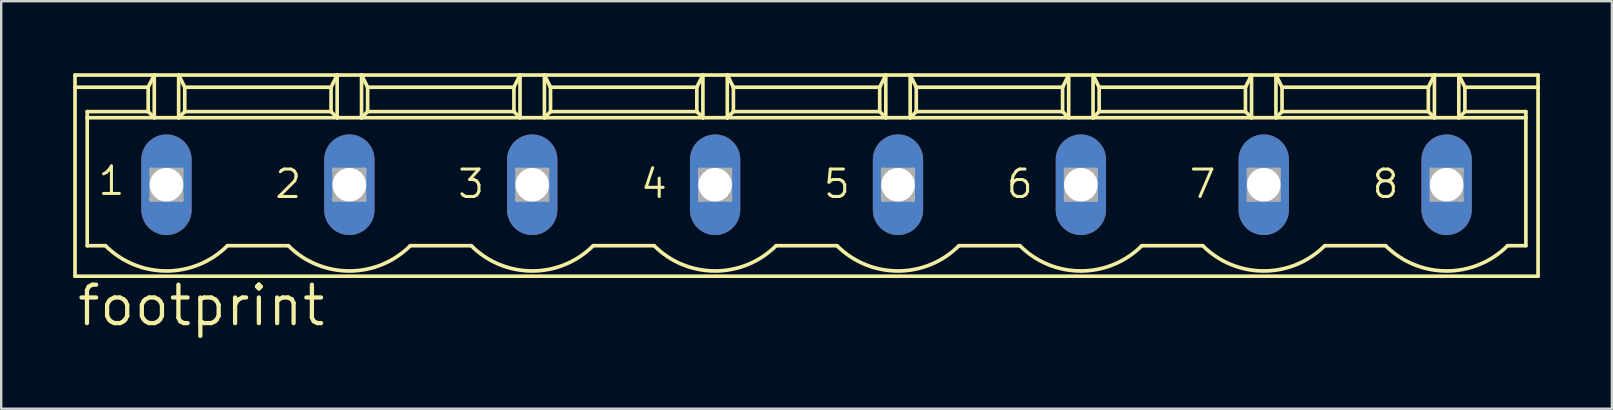
<source format=kicad_pcb>
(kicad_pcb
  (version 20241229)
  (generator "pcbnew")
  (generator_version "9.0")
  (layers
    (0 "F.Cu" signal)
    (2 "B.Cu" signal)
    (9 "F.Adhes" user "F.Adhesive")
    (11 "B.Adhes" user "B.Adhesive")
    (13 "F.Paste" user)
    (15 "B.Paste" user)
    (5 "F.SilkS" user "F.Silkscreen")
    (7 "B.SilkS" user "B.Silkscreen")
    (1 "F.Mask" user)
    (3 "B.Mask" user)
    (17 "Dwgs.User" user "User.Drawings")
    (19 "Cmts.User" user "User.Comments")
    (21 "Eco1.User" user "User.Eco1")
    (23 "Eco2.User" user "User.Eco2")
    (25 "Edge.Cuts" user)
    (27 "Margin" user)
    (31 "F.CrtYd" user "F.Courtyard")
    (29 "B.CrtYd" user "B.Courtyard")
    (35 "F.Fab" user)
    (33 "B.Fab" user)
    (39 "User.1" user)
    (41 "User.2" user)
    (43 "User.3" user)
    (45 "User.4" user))
  (footprint "footprint"
    (layer "F.Cu")
    (at 30.556 4.648)
    (property "Reference" "footprint" (at -30.48 5.969 0) (layer "F.SilkS") (effects (font (size 1.6 1.6) (thickness 0.178)) (justify left bottom)))
    (fp_line (start -30.48 -4.572) (end -27.178 -4.572) (stroke (width 0.152) (type solid)) (layer "F.SilkS"))
    (fp_line (start -30.48 -4.064) (end -30.48 -4.572) (stroke (width 0.152) (type solid)) (layer "F.SilkS"))
    (fp_line (start -30.48 -4.064) (end -27.432 -4.064) (stroke (width 0.152) (type solid)) (layer "F.SilkS"))
    (fp_line (start -30.48 3.81) (end -30.48 -4.064) (stroke (width 0.152) (type solid)) (layer "F.SilkS"))
    (fp_line (start -29.972 -3.048) (end -27.432 -3.048) (stroke (width 0.152) (type solid)) (layer "F.SilkS"))
    (fp_line (start -29.972 -2.794) (end -29.972 -3.048) (stroke (width 0.152) (type solid)) (layer "F.SilkS"))
    (fp_line (start -29.972 -2.794) (end -27.178 -2.794) (stroke (width 0.152) (type solid)) (layer "F.SilkS"))
    (fp_line (start -29.972 2.54) (end -29.972 -2.794) (stroke (width 0.152) (type solid)) (layer "F.SilkS"))
    (fp_line (start -29.21 2.54) (end -29.972 2.54) (stroke (width 0.152) (type solid)) (layer "F.SilkS"))
    (fp_line (start -27.432 -4.064) (end -27.178 -4.572) (stroke (width 0.152) (type solid)) (layer "F.SilkS"))
    (fp_line (start -27.432 -3.048) (end -27.432 -4.064) (stroke (width 0.152) (type solid)) (layer "F.SilkS"))
    (fp_line (start -27.432 -3.048) (end -27.178 -2.794) (stroke (width 0.152) (type solid)) (layer "F.SilkS"))
    (fp_line (start -27.178 -4.572) (end -26.162 -4.572) (stroke (width 0.152) (type solid)) (layer "F.SilkS"))
    (fp_line (start -27.178 -2.794) (end -27.178 -4.572) (stroke (width 0.152) (type solid)) (layer "F.SilkS"))
    (fp_line (start -27.178 -2.794) (end -26.162 -2.794) (stroke (width 0.152) (type solid)) (layer "F.SilkS"))
    (fp_line (start -26.162 -4.572) (end -25.908 -4.064) (stroke (width 0.152) (type solid)) (layer "F.SilkS"))
    (fp_line (start -26.162 -4.572) (end -19.558 -4.572) (stroke (width 0.152) (type solid)) (layer "F.SilkS"))
    (fp_line (start -26.162 -2.794) (end -26.162 -4.572) (stroke (width 0.152) (type solid)) (layer "F.SilkS"))
    (fp_line (start -26.162 -2.794) (end -19.558 -2.794) (stroke (width 0.152) (type solid)) (layer "F.SilkS"))
    (fp_line (start -25.908 -4.064) (end -25.908 -3.048) (stroke (width 0.152) (type solid)) (layer "F.SilkS"))
    (fp_line (start -25.908 -4.064) (end -19.812 -4.064) (stroke (width 0.152) (type solid)) (layer "F.SilkS"))
    (fp_line (start -25.908 -3.048) (end -26.162 -2.794) (stroke (width 0.152) (type solid)) (layer "F.SilkS"))
    (fp_line (start -21.59 2.54) (end -24.13 2.54) (stroke (width 0.152) (type solid)) (layer "F.SilkS"))
    (fp_line (start -19.812 -4.064) (end -19.812 -3.048) (stroke (width 0.152) (type solid)) (layer "F.SilkS"))
    (fp_line (start -19.812 -4.064) (end -19.558 -4.572) (stroke (width 0.152) (type solid)) (layer "F.SilkS"))
    (fp_line (start -19.812 -3.048) (end -25.908 -3.048) (stroke (width 0.152) (type solid)) (layer "F.SilkS"))
    (fp_line (start -19.812 -3.048) (end -19.558 -2.794) (stroke (width 0.152) (type solid)) (layer "F.SilkS"))
    (fp_line (start -19.558 -4.572) (end -18.542 -4.572) (stroke (width 0.152) (type solid)) (layer "F.SilkS"))
    (fp_line (start -19.558 -2.794) (end -19.558 -4.572) (stroke (width 0.152) (type solid)) (layer "F.SilkS"))
    (fp_line (start -19.558 -2.794) (end -18.542 -2.794) (stroke (width 0.152) (type solid)) (layer "F.SilkS"))
    (fp_line (start -18.542 -4.572) (end -18.288 -4.064) (stroke (width 0.152) (type solid)) (layer "F.SilkS"))
    (fp_line (start -18.542 -4.572) (end -11.938 -4.572) (stroke (width 0.152) (type solid)) (layer "F.SilkS"))
    (fp_line (start -18.542 -2.794) (end -18.542 -4.572) (stroke (width 0.152) (type solid)) (layer "F.SilkS"))
    (fp_line (start -18.542 -2.794) (end -11.938 -2.794) (stroke (width 0.152) (type solid)) (layer "F.SilkS"))
    (fp_line (start -18.288 -4.064) (end -18.288 -3.048) (stroke (width 0.152) (type solid)) (layer "F.SilkS"))
    (fp_line (start -18.288 -4.064) (end -12.192 -4.064) (stroke (width 0.152) (type solid)) (layer "F.SilkS"))
    (fp_line (start -18.288 -3.048) (end -18.542 -2.794) (stroke (width 0.152) (type solid)) (layer "F.SilkS"))
    (fp_line (start -18.288 -3.048) (end -12.192 -3.048) (stroke (width 0.152) (type solid)) (layer "F.SilkS"))
    (fp_line (start -13.97 2.54) (end -16.51 2.54) (stroke (width 0.152) (type solid)) (layer "F.SilkS"))
    (fp_line (start -12.192 -4.064) (end -11.938 -4.572) (stroke (width 0.152) (type solid)) (layer "F.SilkS"))
    (fp_line (start -12.192 -3.048) (end -12.192 -4.064) (stroke (width 0.152) (type solid)) (layer "F.SilkS"))
    (fp_line (start -12.192 -3.048) (end -11.938 -2.794) (stroke (width 0.152) (type solid)) (layer "F.SilkS"))
    (fp_line (start -11.938 -4.572) (end -10.922 -4.572) (stroke (width 0.152) (type solid)) (layer "F.SilkS"))
    (fp_line (start -11.938 -2.794) (end -11.938 -4.572) (stroke (width 0.152) (type solid)) (layer "F.SilkS"))
    (fp_line (start -11.938 -2.794) (end -10.922 -2.794) (stroke (width 0.152) (type solid)) (layer "F.SilkS"))
    (fp_line (start -10.922 -4.572) (end -10.668 -4.064) (stroke (width 0.152) (type solid)) (layer "F.SilkS"))
    (fp_line (start -10.922 -4.572) (end -4.318 -4.572) (stroke (width 0.152) (type solid)) (layer "F.SilkS"))
    (fp_line (start -10.922 -2.794) (end -10.922 -4.572) (stroke (width 0.152) (type solid)) (layer "F.SilkS"))
    (fp_line (start -10.922 -2.794) (end -4.318 -2.794) (stroke (width 0.152) (type solid)) (layer "F.SilkS"))
    (fp_line (start -10.668 -4.064) (end -10.668 -3.048) (stroke (width 0.152) (type solid)) (layer "F.SilkS"))
    (fp_line (start -10.668 -4.064) (end -4.572 -4.064) (stroke (width 0.152) (type solid)) (layer "F.SilkS"))
    (fp_line (start -10.668 -3.048) (end -10.922 -2.794) (stroke (width 0.152) (type solid)) (layer "F.SilkS"))
    (fp_line (start -6.35 2.54) (end -8.89 2.54) (stroke (width 0.152) (type solid)) (layer "F.SilkS"))
    (fp_line (start -4.572 -4.064) (end -4.572 -3.048) (stroke (width 0.152) (type solid)) (layer "F.SilkS"))
    (fp_line (start -4.572 -4.064) (end -4.318 -4.572) (stroke (width 0.152) (type solid)) (layer "F.SilkS"))
    (fp_line (start -4.572 -3.048) (end -10.668 -3.048) (stroke (width 0.152) (type solid)) (layer "F.SilkS"))
    (fp_line (start -4.572 -3.048) (end -4.318 -2.794) (stroke (width 0.152) (type solid)) (layer "F.SilkS"))
    (fp_line (start -4.318 -4.572) (end -3.302 -4.572) (stroke (width 0.152) (type solid)) (layer "F.SilkS"))
    (fp_line (start -4.318 -2.794) (end -4.318 -4.572) (stroke (width 0.152) (type solid)) (layer "F.SilkS"))
    (fp_line (start -4.318 -2.794) (end -3.302 -2.794) (stroke (width 0.152) (type solid)) (layer "F.SilkS"))
    (fp_line (start -3.302 -4.572) (end -3.048 -4.064) (stroke (width 0.152) (type solid)) (layer "F.SilkS"))
    (fp_line (start -3.302 -4.572) (end 3.302 -4.572) (stroke (width 0.152) (type solid)) (layer "F.SilkS"))
    (fp_line (start -3.302 -2.794) (end -3.302 -4.572) (stroke (width 0.152) (type solid)) (layer "F.SilkS"))
    (fp_line (start -3.302 -2.794) (end 3.302 -2.794) (stroke (width 0.152) (type solid)) (layer "F.SilkS"))
    (fp_line (start -3.048 -4.064) (end -3.048 -3.048) (stroke (width 0.152) (type solid)) (layer "F.SilkS"))
    (fp_line (start -3.048 -4.064) (end 3.048 -4.064) (stroke (width 0.152) (type solid)) (layer "F.SilkS"))
    (fp_line (start -3.048 -3.048) (end -3.302 -2.794) (stroke (width 0.152) (type solid)) (layer "F.SilkS"))
    (fp_line (start -3.048 -3.048) (end 3.048 -3.048) (stroke (width 0.152) (type solid)) (layer "F.SilkS"))
    (fp_line (start 1.27 2.54) (end -1.27 2.54) (stroke (width 0.152) (type solid)) (layer "F.SilkS"))
    (fp_line (start 3.048 -4.064) (end 3.048 -3.048) (stroke (width 0.152) (type solid)) (layer "F.SilkS"))
    (fp_line (start 3.048 -4.064) (end 3.302 -4.572) (stroke (width 0.152) (type solid)) (layer "F.SilkS"))
    (fp_line (start 3.048 -3.048) (end 3.302 -2.794) (stroke (width 0.152) (type solid)) (layer "F.SilkS"))
    (fp_line (start 3.302 -4.572) (end 4.318 -4.572) (stroke (width 0.152) (type solid)) (layer "F.SilkS"))
    (fp_line (start 3.302 -2.794) (end 3.302 -4.572) (stroke (width 0.152) (type solid)) (layer "F.SilkS"))
    (fp_line (start 3.302 -2.794) (end 4.318 -2.794) (stroke (width 0.152) (type solid)) (layer "F.SilkS"))
    (fp_line (start 4.318 -4.572) (end 4.572 -4.064) (stroke (width 0.152) (type solid)) (layer "F.SilkS"))
    (fp_line (start 4.318 -4.572) (end 10.922 -4.572) (stroke (width 0.152) (type solid)) (layer "F.SilkS"))
    (fp_line (start 4.318 -2.794) (end 4.318 -4.572) (stroke (width 0.152) (type solid)) (layer "F.SilkS"))
    (fp_line (start 4.318 -2.794) (end 10.922 -2.794) (stroke (width 0.152) (type solid)) (layer "F.SilkS"))
    (fp_line (start 4.572 -4.064) (end 4.572 -3.048) (stroke (width 0.152) (type solid)) (layer "F.SilkS"))
    (fp_line (start 4.572 -4.064) (end 10.668 -4.064) (stroke (width 0.152) (type solid)) (layer "F.SilkS"))
    (fp_line (start 4.572 -3.048) (end 4.318 -2.794) (stroke (width 0.152) (type solid)) (layer "F.SilkS"))
    (fp_line (start 4.572 -3.048) (end 10.668 -3.048) (stroke (width 0.152) (type solid)) (layer "F.SilkS"))
    (fp_line (start 8.89 2.54) (end 6.35 2.54) (stroke (width 0.152) (type solid)) (layer "F.SilkS"))
    (fp_line (start 10.668 -4.064) (end 10.668 -3.048) (stroke (width 0.152) (type solid)) (layer "F.SilkS"))
    (fp_line (start 10.668 -4.064) (end 10.922 -4.572) (stroke (width 0.152) (type solid)) (layer "F.SilkS"))
    (fp_line (start 10.668 -3.048) (end 10.922 -2.794) (stroke (width 0.152) (type solid)) (layer "F.SilkS"))
    (fp_line (start 10.922 -4.572) (end 11.938 -4.572) (stroke (width 0.152) (type solid)) (layer "F.SilkS"))
    (fp_line (start 10.922 -2.794) (end 10.922 -4.572) (stroke (width 0.152) (type solid)) (layer "F.SilkS"))
    (fp_line (start 10.922 -2.794) (end 11.938 -2.794) (stroke (width 0.152) (type solid)) (layer "F.SilkS"))
    (fp_line (start 11.938 -4.572) (end 12.192 -4.064) (stroke (width 0.152) (type solid)) (layer "F.SilkS"))
    (fp_line (start 11.938 -4.572) (end 18.542 -4.572) (stroke (width 0.152) (type solid)) (layer "F.SilkS"))
    (fp_line (start 11.938 -2.794) (end 11.938 -4.572) (stroke (width 0.152) (type solid)) (layer "F.SilkS"))
    (fp_line (start 11.938 -2.794) (end 18.542 -2.794) (stroke (width 0.152) (type solid)) (layer "F.SilkS"))
    (fp_line (start 12.192 -4.064) (end 12.192 -3.048) (stroke (width 0.152) (type solid)) (layer "F.SilkS"))
    (fp_line (start 12.192 -4.064) (end 18.288 -4.064) (stroke (width 0.152) (type solid)) (layer "F.SilkS"))
    (fp_line (start 12.192 -3.048) (end 11.938 -2.794) (stroke (width 0.152) (type solid)) (layer "F.SilkS"))
    (fp_line (start 12.192 -3.048) (end 18.288 -3.048) (stroke (width 0.152) (type solid)) (layer "F.SilkS"))
    (fp_line (start 16.51 2.54) (end 13.97 2.54) (stroke (width 0.152) (type solid)) (layer "F.SilkS"))
    (fp_line (start 18.288 -4.064) (end 18.288 -3.048) (stroke (width 0.152) (type solid)) (layer "F.SilkS"))
    (fp_line (start 18.288 -4.064) (end 18.542 -4.572) (stroke (width 0.152) (type solid)) (layer "F.SilkS"))
    (fp_line (start 18.288 -3.048) (end 18.542 -2.794) (stroke (width 0.152) (type solid)) (layer "F.SilkS"))
    (fp_line (start 18.542 -4.572) (end 19.558 -4.572) (stroke (width 0.152) (type solid)) (layer "F.SilkS"))
    (fp_line (start 18.542 -2.794) (end 18.542 -4.572) (stroke (width 0.152) (type solid)) (layer "F.SilkS"))
    (fp_line (start 18.542 -2.794) (end 19.558 -2.794) (stroke (width 0.152) (type solid)) (layer "F.SilkS"))
    (fp_line (start 19.558 -4.572) (end 19.812 -4.064) (stroke (width 0.152) (type solid)) (layer "F.SilkS"))
    (fp_line (start 19.558 -4.572) (end 26.162 -4.572) (stroke (width 0.152) (type solid)) (layer "F.SilkS"))
    (fp_line (start 19.558 -2.794) (end 19.558 -4.572) (stroke (width 0.152) (type solid)) (layer "F.SilkS"))
    (fp_line (start 19.558 -2.794) (end 26.162 -2.794) (stroke (width 0.152) (type solid)) (layer "F.SilkS"))
    (fp_line (start 19.812 -4.064) (end 19.812 -3.048) (stroke (width 0.152) (type solid)) (layer "F.SilkS"))
    (fp_line (start 19.812 -4.064) (end 25.908 -4.064) (stroke (width 0.152) (type solid)) (layer "F.SilkS"))
    (fp_line (start 19.812 -3.048) (end 19.558 -2.794) (stroke (width 0.152) (type solid)) (layer "F.SilkS"))
    (fp_line (start 19.812 -3.048) (end 25.908 -3.048) (stroke (width 0.152) (type solid)) (layer "F.SilkS"))
    (fp_line (start 24.13 2.54) (end 21.59 2.54) (stroke (width 0.152) (type solid)) (layer "F.SilkS"))
    (fp_line (start 25.908 -4.064) (end 25.908 -3.048) (stroke (width 0.152) (type solid)) (layer "F.SilkS"))
    (fp_line (start 25.908 -4.064) (end 26.162 -4.572) (stroke (width 0.152) (type solid)) (layer "F.SilkS"))
    (fp_line (start 25.908 -3.048) (end 26.162 -2.794) (stroke (width 0.152) (type solid)) (layer "F.SilkS"))
    (fp_line (start 26.162 -4.572) (end 27.178 -4.572) (stroke (width 0.152) (type solid)) (layer "F.SilkS"))
    (fp_line (start 26.162 -2.794) (end 26.162 -4.572) (stroke (width 0.152) (type solid)) (layer "F.SilkS"))
    (fp_line (start 26.162 -2.794) (end 27.178 -2.794) (stroke (width 0.152) (type solid)) (layer "F.SilkS"))
    (fp_line (start 27.178 -4.572) (end 27.432 -4.064) (stroke (width 0.152) (type solid)) (layer "F.SilkS"))
    (fp_line (start 27.178 -4.572) (end 30.48 -4.572) (stroke (width 0.152) (type solid)) (layer "F.SilkS"))
    (fp_line (start 27.178 -2.794) (end 27.178 -4.572) (stroke (width 0.152) (type solid)) (layer "F.SilkS"))
    (fp_line (start 27.178 -2.794) (end 29.972 -2.794) (stroke (width 0.152) (type solid)) (layer "F.SilkS"))
    (fp_line (start 27.432 -4.064) (end 27.432 -3.048) (stroke (width 0.152) (type solid)) (layer "F.SilkS"))
    (fp_line (start 27.432 -4.064) (end 30.48 -4.064) (stroke (width 0.152) (type solid)) (layer "F.SilkS"))
    (fp_line (start 27.432 -3.048) (end 27.178 -2.794) (stroke (width 0.152) (type solid)) (layer "F.SilkS"))
    (fp_line (start 27.432 -3.048) (end 29.972 -3.048) (stroke (width 0.152) (type solid)) (layer "F.SilkS"))
    (fp_line (start 29.972 -3.048) (end 29.972 -2.794) (stroke (width 0.152) (type solid)) (layer "F.SilkS"))
    (fp_line (start 29.972 -2.794) (end 29.972 2.54) (stroke (width 0.152) (type solid)) (layer "F.SilkS"))
    (fp_line (start 29.972 2.54) (end 29.21 2.54) (stroke (width 0.152) (type solid)) (layer "F.SilkS"))
    (fp_line (start 30.48 -4.064) (end 30.48 -4.572) (stroke (width 0.152) (type solid)) (layer "F.SilkS"))
    (fp_line (start 30.48 3.81) (end -30.48 3.81) (stroke (width 0.152) (type solid)) (layer "F.SilkS"))
    (fp_line (start 30.48 3.81) (end 30.48 -4.064) (stroke (width 0.152) (type solid)) (layer "F.SilkS"))
    (fp_arc (start -24.13 2.54) (mid -26.67 3.592102) (end -29.21 2.54) (stroke (width 0.1524) (type solid)) (layer "F.SilkS"))
    (fp_arc (start -16.51 2.54) (mid -19.05 3.592102) (end -21.59 2.54) (stroke (width 0.1524) (type solid)) (layer "F.SilkS"))
    (fp_arc (start -8.89 2.54) (mid -11.43 3.592102) (end -13.97 2.54) (stroke (width 0.1524) (type solid)) (layer "F.SilkS"))
    (fp_arc (start -1.27 2.54) (mid -3.81 3.592102) (end -6.35 2.54) (stroke (width 0.1524) (type solid)) (layer "F.SilkS"))
    (fp_arc (start 6.35 2.54) (mid 3.81 3.592102) (end 1.27 2.54) (stroke (width 0.1524) (type solid)) (layer "F.SilkS"))
    (fp_arc (start 13.97 2.54) (mid 11.43 3.592102) (end 8.89 2.54) (stroke (width 0.1524) (type solid)) (layer "F.SilkS"))
    (fp_arc (start 21.59 2.54) (mid 19.05 3.592102) (end 16.51 2.54) (stroke (width 0.1524) (type solid)) (layer "F.SilkS"))
    (fp_arc (start 29.21 2.54) (mid 26.67 3.592102) (end 24.13 2.54) (stroke (width 0.1524) (type solid)) (layer "F.SilkS"))
    (fp_line (start -27.305 -0.635) (end -27.305 0.635) (stroke (width 0.152) (type solid)) (layer "F.Fab"))
    (fp_line (start -27.305 -0.635) (end -26.035 0.635) (stroke (width 0.152) (type solid)) (layer "F.Fab"))
    (fp_line (start -27.305 0.635) (end -26.035 -0.635) (stroke (width 0.152) (type solid)) (layer "F.Fab"))
    (fp_line (start -27.305 0.635) (end -26.035 0.635) (stroke (width 0.152) (type solid)) (layer "F.Fab"))
    (fp_line (start -26.035 -0.635) (end -27.305 -0.635) (stroke (width 0.152) (type solid)) (layer "F.Fab"))
    (fp_line (start -26.035 0.635) (end -26.035 -0.635) (stroke (width 0.152) (type solid)) (layer "F.Fab"))
    (fp_line (start -19.685 -0.635) (end -19.685 0.635) (stroke (width 0.152) (type solid)) (layer "F.Fab"))
    (fp_line (start -19.685 -0.635) (end -18.415 0.635) (stroke (width 0.152) (type solid)) (layer "F.Fab"))
    (fp_line (start -19.685 0.635) (end -18.415 -0.635) (stroke (width 0.152) (type solid)) (layer "F.Fab"))
    (fp_line (start -19.685 0.635) (end -18.415 0.635) (stroke (width 0.152) (type solid)) (layer "F.Fab"))
    (fp_line (start -18.415 -0.635) (end -19.685 -0.635) (stroke (width 0.152) (type solid)) (layer "F.Fab"))
    (fp_line (start -18.415 0.635) (end -18.415 -0.635) (stroke (width 0.152) (type solid)) (layer "F.Fab"))
    (fp_line (start -12.065 -0.635) (end -12.065 0.635) (stroke (width 0.152) (type solid)) (layer "F.Fab"))
    (fp_line (start -12.065 -0.635) (end -10.795 0.635) (stroke (width 0.152) (type solid)) (layer "F.Fab"))
    (fp_line (start -12.065 0.635) (end -10.795 -0.635) (stroke (width 0.152) (type solid)) (layer "F.Fab"))
    (fp_line (start -12.065 0.635) (end -10.795 0.635) (stroke (width 0.152) (type solid)) (layer "F.Fab"))
    (fp_line (start -10.795 -0.635) (end -12.065 -0.635) (stroke (width 0.152) (type solid)) (layer "F.Fab"))
    (fp_line (start -10.795 0.635) (end -10.795 -0.635) (stroke (width 0.152) (type solid)) (layer "F.Fab"))
    (fp_line (start -4.445 -0.635) (end -4.445 0.635) (stroke (width 0.152) (type solid)) (layer "F.Fab"))
    (fp_line (start -4.445 -0.635) (end -3.175 0.635) (stroke (width 0.152) (type solid)) (layer "F.Fab"))
    (fp_line (start -4.445 0.635) (end -3.175 -0.635) (stroke (width 0.152) (type solid)) (layer "F.Fab"))
    (fp_line (start -4.445 0.635) (end -3.175 0.635) (stroke (width 0.152) (type solid)) (layer "F.Fab"))
    (fp_line (start -3.175 -0.635) (end -4.445 -0.635) (stroke (width 0.152) (type solid)) (layer "F.Fab"))
    (fp_line (start -3.175 0.635) (end -3.175 -0.635) (stroke (width 0.152) (type solid)) (layer "F.Fab"))
    (fp_line (start 3.175 -0.635) (end 3.175 0.635) (stroke (width 0.152) (type solid)) (layer "F.Fab"))
    (fp_line (start 3.175 -0.635) (end 4.445 0.635) (stroke (width 0.152) (type solid)) (layer "F.Fab"))
    (fp_line (start 3.175 0.635) (end 4.445 -0.635) (stroke (width 0.152) (type solid)) (layer "F.Fab"))
    (fp_line (start 3.175 0.635) (end 4.445 0.635) (stroke (width 0.152) (type solid)) (layer "F.Fab"))
    (fp_line (start 4.445 -0.635) (end 3.175 -0.635) (stroke (width 0.152) (type solid)) (layer "F.Fab"))
    (fp_line (start 4.445 0.635) (end 4.445 -0.635) (stroke (width 0.152) (type solid)) (layer "F.Fab"))
    (fp_line (start 10.795 -0.635) (end 10.795 0.635) (stroke (width 0.152) (type solid)) (layer "F.Fab"))
    (fp_line (start 10.795 -0.635) (end 12.065 0.635) (stroke (width 0.152) (type solid)) (layer "F.Fab"))
    (fp_line (start 10.795 0.635) (end 12.065 -0.635) (stroke (width 0.152) (type solid)) (layer "F.Fab"))
    (fp_line (start 10.795 0.635) (end 12.065 0.635) (stroke (width 0.152) (type solid)) (layer "F.Fab"))
    (fp_line (start 12.065 -0.635) (end 10.795 -0.635) (stroke (width 0.152) (type solid)) (layer "F.Fab"))
    (fp_line (start 12.065 0.635) (end 12.065 -0.635) (stroke (width 0.152) (type solid)) (layer "F.Fab"))
    (fp_line (start 18.415 -0.635) (end 18.415 0.635) (stroke (width 0.152) (type solid)) (layer "F.Fab"))
    (fp_line (start 18.415 -0.635) (end 19.685 0.635) (stroke (width 0.152) (type solid)) (layer "F.Fab"))
    (fp_line (start 18.415 0.635) (end 19.685 -0.635) (stroke (width 0.152) (type solid)) (layer "F.Fab"))
    (fp_line (start 18.415 0.635) (end 19.685 0.635) (stroke (width 0.152) (type solid)) (layer "F.Fab"))
    (fp_line (start 19.685 -0.635) (end 18.415 -0.635) (stroke (width 0.152) (type solid)) (layer "F.Fab"))
    (fp_line (start 19.685 0.635) (end 19.685 -0.635) (stroke (width 0.152) (type solid)) (layer "F.Fab"))
    (fp_line (start 26.035 -0.635) (end 26.035 0.635) (stroke (width 0.152) (type solid)) (layer "F.Fab"))
    (fp_line (start 26.035 -0.635) (end 27.305 0.635) (stroke (width 0.152) (type solid)) (layer "F.Fab"))
    (fp_line (start 26.035 0.635) (end 27.305 -0.635) (stroke (width 0.152) (type solid)) (layer "F.Fab"))
    (fp_line (start 26.035 0.635) (end 27.305 0.635) (stroke (width 0.152) (type solid)) (layer "F.Fab"))
    (fp_line (start 27.305 -0.635) (end 26.035 -0.635) (stroke (width 0.152) (type solid)) (layer "F.Fab"))
    (fp_line (start 27.305 0.635) (end 27.305 -0.635) (stroke (width 0.152) (type solid)) (layer "F.Fab"))
    (fp_text user "3" (at -14.605 0.635 0) (layer "F.SilkS") (effects (font (size 1.143 1.143) (thickness 0.127)) (justify left bottom)))
    (fp_text user "2" (at -22.225 0.635 0) (layer "F.SilkS") (effects (font (size 1.143 1.143) (thickness 0.127)) (justify left bottom)))
    (fp_text user "7" (at 15.875 0.635 0) (layer "F.SilkS") (effects (font (size 1.143 1.143) (thickness 0.127)) (justify left bottom)))
    (fp_text user "4" (at -6.985 0.635 0) (layer "F.SilkS") (effects (font (size 1.143 1.143) (thickness 0.127)) (justify left bottom)))
    (fp_text user "1" (at -29.591 0.508 0) (layer "F.SilkS") (effects (font (size 1.143 1.143) (thickness 0.127)) (justify left bottom)))
    (fp_text user "8" (at 23.495 0.635 0) (layer "F.SilkS") (effects (font (size 1.143 1.143) (thickness 0.127)) (justify left bottom)))
    (fp_text user "6" (at 8.255 0.635 0) (layer "F.SilkS") (effects (font (size 1.143 1.143) (thickness 0.127)) (justify left bottom)))
    (fp_text user "5" (at 0.635 0.635 0) (layer "F.SilkS") (effects (font (size 1.143 1.143) (thickness 0.127)) (justify left bottom)))
    (pad "1" thru_hole oval (at -26.67 0 90) (size 4.191 2.095) (drill 1.397) (layers "*.Cu" "*.Mask"))
    (pad "2" thru_hole oval (at -19.05 0 90) (size 4.191 2.095) (drill 1.397) (layers "*.Cu" "*.Mask"))
    (pad "3" thru_hole oval (at -11.43 0 90) (size 4.191 2.095) (drill 1.397) (layers "*.Cu" "*.Mask"))
    (pad "4" thru_hole oval (at -3.81 0 90) (size 4.191 2.095) (drill 1.397) (layers "*.Cu" "*.Mask"))
    (pad "5" thru_hole oval (at 3.81 0 90) (size 4.191 2.095) (drill 1.397) (layers "*.Cu" "*.Mask"))
    (pad "6" thru_hole oval (at 11.43 0 90) (size 4.191 2.095) (drill 1.397) (layers "*.Cu" "*.Mask"))
    (pad "7" thru_hole oval (at 19.05 0 90) (size 4.191 2.095) (drill 1.397) (layers "*.Cu" "*.Mask"))
    (pad "8" thru_hole oval (at 26.67 0 90) (size 4.191 2.095) (drill 1.397) (layers "*.Cu" "*.Mask")))
  (gr_rect
    (start -3 -3)
    (end 64.112 13.98)
    (stroke (width 0.1) (type default))
    (fill no)
    (layer "Edge.Cuts")))
</source>
